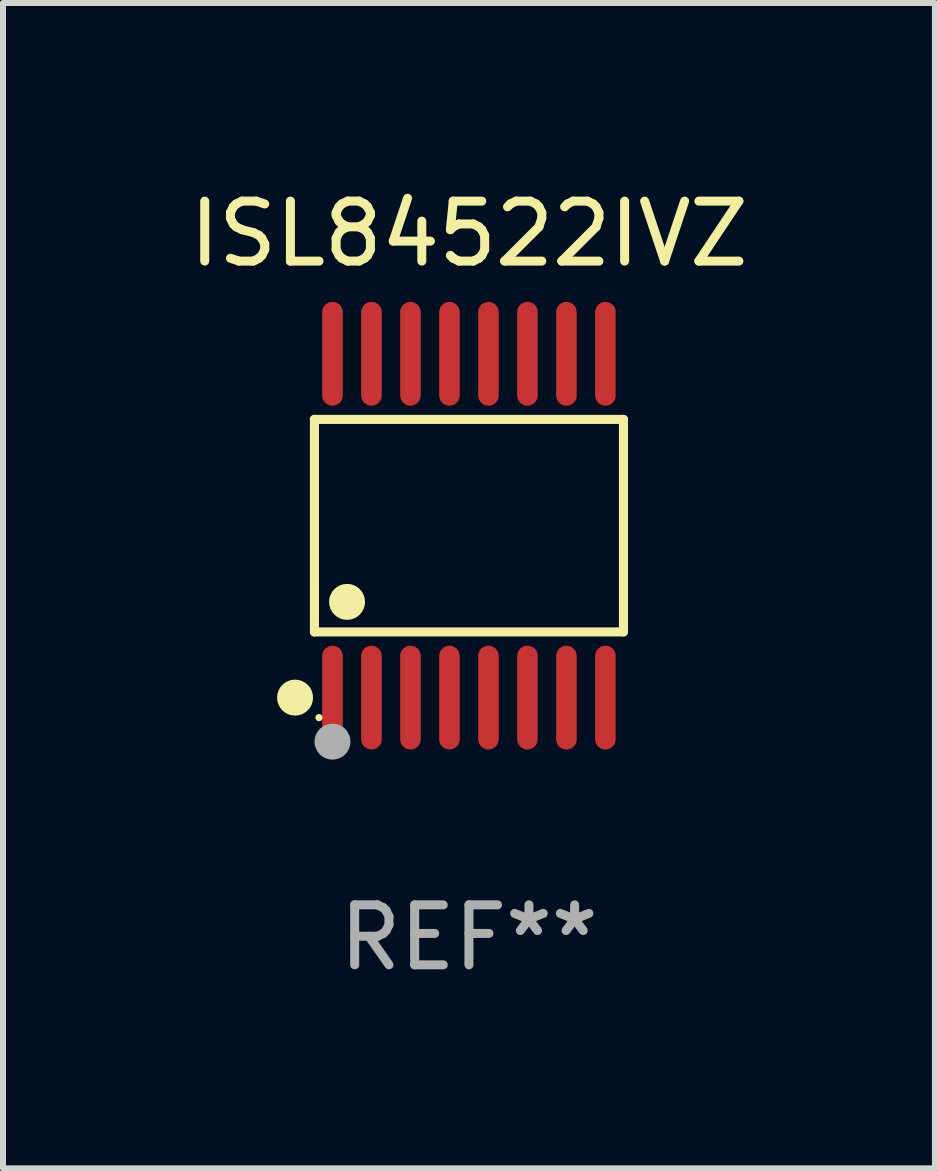
<source format=kicad_pcb>
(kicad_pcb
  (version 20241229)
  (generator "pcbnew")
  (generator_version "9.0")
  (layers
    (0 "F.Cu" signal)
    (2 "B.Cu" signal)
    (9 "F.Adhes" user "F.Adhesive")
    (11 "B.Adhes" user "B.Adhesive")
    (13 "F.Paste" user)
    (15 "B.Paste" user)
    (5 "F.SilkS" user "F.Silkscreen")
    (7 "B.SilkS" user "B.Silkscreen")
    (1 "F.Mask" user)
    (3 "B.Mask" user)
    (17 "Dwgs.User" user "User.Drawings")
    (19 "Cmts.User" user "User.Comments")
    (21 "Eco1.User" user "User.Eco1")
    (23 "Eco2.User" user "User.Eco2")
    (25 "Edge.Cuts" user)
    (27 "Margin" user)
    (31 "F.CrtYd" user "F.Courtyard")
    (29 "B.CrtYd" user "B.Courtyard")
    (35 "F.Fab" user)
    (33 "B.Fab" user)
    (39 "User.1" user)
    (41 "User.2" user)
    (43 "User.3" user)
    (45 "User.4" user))
  (footprint "ISL84522IVZ"
    (layer "F.Cu")
    (at 4.768 5.714)
    (property "Reference" "ISL84522IVZ" (at 0 -4.866 0) (layer "F.SilkS") (effects (font (size 1 1) (thickness 0.15))))
    (attr through_hole)
    (fp_line (start -2.576 -1.772) (end 2.576 -1.772) (stroke (width 0.152) (type solid)) (layer "F.SilkS"))
    (fp_line (start -2.576 1.771) (end -2.576 -1.772) (stroke (width 0.152) (type solid)) (layer "F.SilkS"))
    (fp_line (start 2.576 -1.772) (end 2.576 1.771) (stroke (width 0.152) (type solid)) (layer "F.SilkS"))
    (fp_line (start 2.576 1.771) (end -2.576 1.771) (stroke (width 0.152) (type solid)) (layer "F.SilkS"))
    (fp_circle (center -2.899 2.866) (end -2.749 2.866) (stroke (width 0.3) (type solid)) (fill no) (layer "F.SilkS"))
    (fp_circle (center -2.5 3.2) (end -2.47 3.2) (stroke (width 0.06) (type solid)) (fill no) (layer "F.SilkS"))
    (fp_circle (center -2.032 1.27) (end -1.882 1.27) (stroke (width 0.3) (type solid)) (fill no) (layer "F.SilkS"))
    (fp_circle (center -2.275 3.6) (end -2.125 3.6) (stroke (width 0.3) (type solid)) (fill no) (layer "F.Fab"))
    (fp_text user "REF**" (at 0 6.866 0) (layer "F.Fab") (effects (font (size 1 1) (thickness 0.15))))
    (pad "1" smd oval (at -2.275 2.866) (size 0.343 1.731) (layers "F.Cu" "F.Mask" "F.Paste"))
    (pad "2" smd oval (at -1.625 2.866) (size 0.343 1.731) (layers "F.Cu" "F.Mask" "F.Paste"))
    (pad "3" smd oval (at -0.975 2.866) (size 0.343 1.731) (layers "F.Cu" "F.Mask" "F.Paste"))
    (pad "4" smd oval (at -0.325 2.866) (size 0.343 1.731) (layers "F.Cu" "F.Mask" "F.Paste"))
    (pad "5" smd oval (at 0.325 2.866) (size 0.343 1.731) (layers "F.Cu" "F.Mask" "F.Paste"))
    (pad "6" smd oval (at 0.975 2.866) (size 0.343 1.731) (layers "F.Cu" "F.Mask" "F.Paste"))
    (pad "7" smd oval (at 1.625 2.866) (size 0.343 1.731) (layers "F.Cu" "F.Mask" "F.Paste"))
    (pad "8" smd oval (at 2.275 2.866) (size 0.343 1.731) (layers "F.Cu" "F.Mask" "F.Paste"))
    (pad "9" smd oval (at 2.275 -2.866) (size 0.343 1.731) (layers "F.Cu" "F.Mask" "F.Paste"))
    (pad "10" smd oval (at 1.625 -2.866) (size 0.343 1.731) (layers "F.Cu" "F.Mask" "F.Paste"))
    (pad "11" smd oval (at 0.975 -2.866) (size 0.343 1.731) (layers "F.Cu" "F.Mask" "F.Paste"))
    (pad "12" smd oval (at 0.325 -2.866) (size 0.343 1.731) (layers "F.Cu" "F.Mask" "F.Paste"))
    (pad "13" smd oval (at -0.325 -2.866) (size 0.343 1.731) (layers "F.Cu" "F.Mask" "F.Paste"))
    (pad "14" smd oval (at -0.975 -2.866) (size 0.343 1.731) (layers "F.Cu" "F.Mask" "F.Paste"))
    (pad "15" smd oval (at -1.625 -2.866) (size 0.343 1.731) (layers "F.Cu" "F.Mask" "F.Paste"))
    (pad "16" smd oval (at -2.275 -2.866) (size 0.343 1.731) (layers "F.Cu" "F.Mask" "F.Paste")))
  (gr_rect
    (start -3 -3)
    (end 12.536 16.428)
    (stroke (width 0.1) (type default))
    (fill no)
    (layer "Edge.Cuts")))
</source>
